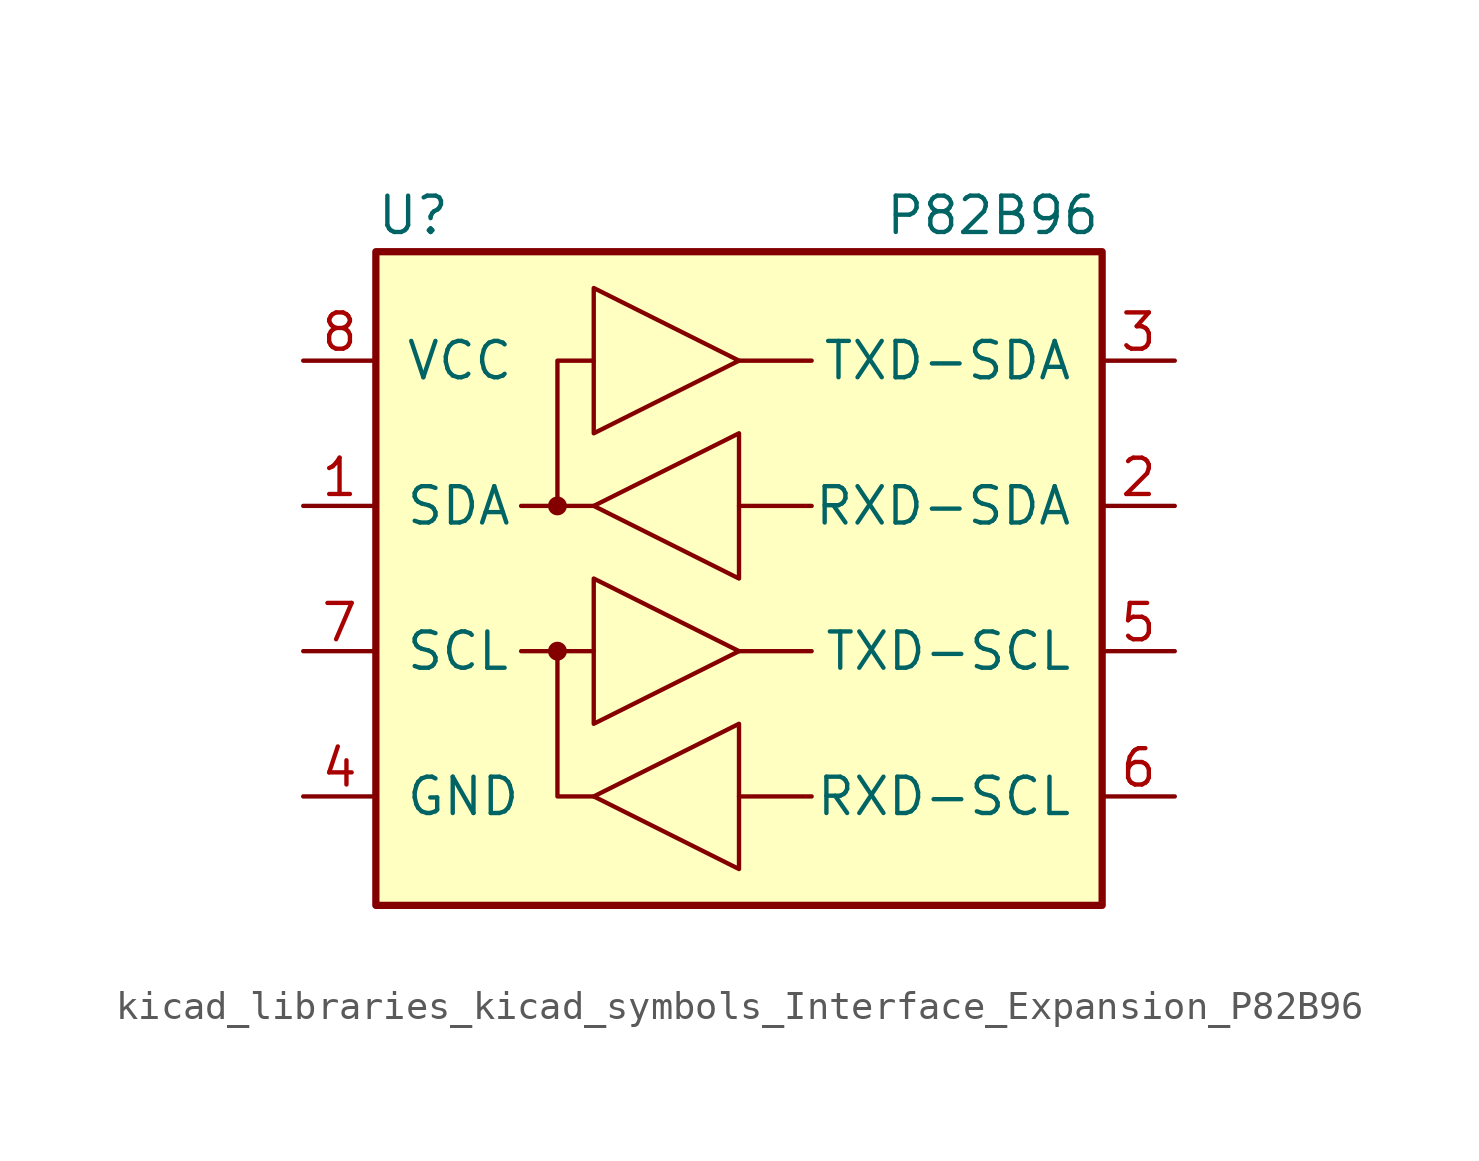
<source format=kicad_sym>
(kicad_symbol_lib
  (version 20220914)
  (generator kicad_symbol_editor)
  (symbol "kicad_libraries_kicad_symbols_Interface_Expansion_P82B96"
    (pin_names
      (offset 1.016))
    (property "Reference" "U"
      (at -12.7 12.7 0)
      (effects (font (size 1.27 1.27)) (justify left)))
    (property "Value" "P82B96"
      (at 5.08 12.7 0)
      (effects (font (size 1.27 1.27)) (justify left)))
    (symbol "kicad_libraries_kicad_symbols_Interface_Expansion_P82B96_0_1"
      (rectangle (start -12.7 11.43) (end 12.7 -11.43) (stroke (width 0.254) (type default)) (fill (type background)))
      (circle (center -6.35 -2.54) (radius 0.127) (stroke (width 0) (type default)) (fill (type none)))
      (circle (center -6.35 -2.54) (radius 0.254) (stroke (width 0) (type default)) (fill (type none)))
      (circle (center -6.35 2.54) (radius 0.127) (stroke (width 0) (type default)) (fill (type none)))
      (circle (center -6.35 2.54) (radius 0.254) (stroke (width 0) (type default)) (fill (type none)))
      (polyline (pts (xy -5.08 -2.54) (xy -7.62 -2.54)) (stroke (width 0) (type default)) (fill (type none)))
      (polyline (pts (xy 0 -7.62) (xy 2.54 -7.62)) (stroke (width 0) (type default)) (fill (type none)))
      (polyline (pts (xy 0 -2.54) (xy 2.54 -2.54)) (stroke (width 0) (type default)) (fill (type none)))
      (polyline (pts (xy -5.08 -7.62) (xy -6.35 -7.62) (xy -6.35 -2.54)) (stroke (width 0) (type default)) (fill (type none)))
      (polyline (pts (xy -5.08 2.54) (xy -7.62 2.54) (xy -7.62 2.54)) (stroke (width 0) (type default)) (fill (type none)))
      (polyline (pts (xy 0 7.62) (xy 2.54 7.62) (xy 2.54 7.62)) (stroke (width 0) (type default)) (fill (type none)))
      (polyline (pts (xy 2.54 2.54) (xy 0 2.54) (xy 0 2.54)) (stroke (width 0) (type default)) (fill (type none)))
      (polyline (pts (xy -6.35 2.54) (xy -6.35 7.62) (xy -5.08 7.62) (xy -5.08 7.62)) (stroke (width 0) (type default)) (fill (type none)))
      (polyline (pts (xy -5.08 0) (xy -5.08 -5.08) (xy 0 -2.54) (xy -5.08 0) (xy -5.08 0)) (stroke (width 0) (type default)) (fill (type none)))
      (polyline (pts (xy -5.08 10.16) (xy -5.08 5.08) (xy 0 7.62) (xy -5.08 10.16) (xy -5.08 10.16)) (stroke (width 0) (type default)) (fill (type none)))
      (polyline (pts (xy 0 -5.08) (xy -5.08 -7.62) (xy 0 -10.16) (xy 0 -5.08) (xy 0 -5.08)) (stroke (width 0) (type default)) (fill (type none)))
      (polyline (pts (xy 0 5.08) (xy -5.08 2.54) (xy 0 0) (xy 0 5.08) (xy 0 5.08)) (stroke (width 0) (type default)) (fill (type none))))
    (symbol "kicad_libraries_kicad_symbols_Interface_Expansion_P82B96_1_1"
      (pin bidirectional line (at -15.24 2.54 0) (length 2.54) (name "SDA" (effects (font (size 1.27 1.27)))) (number "1" (effects (font (size 1.27 1.27)))))
      (pin input line (at 15.24 2.54 180) (length 2.54) (name "RXD-SDA" (effects (font (size 1.27 1.27)))) (number "2" (effects (font (size 1.27 1.27)))))
      (pin output line (at 15.24 7.62 180) (length 2.54) (name "TXD-SDA" (effects (font (size 1.27 1.27)))) (number "3" (effects (font (size 1.27 1.27)))))
      (pin power_in line (at -15.24 -7.62 0) (length 2.54) (name "GND" (effects (font (size 1.27 1.27)))) (number "4" (effects (font (size 1.27 1.27)))))
      (pin output line (at 15.24 -2.54 180) (length 2.54) (name "TXD-SCL" (effects (font (size 1.27 1.27)))) (number "5" (effects (font (size 1.27 1.27)))))
      (pin input line (at 15.24 -7.62 180) (length 2.54) (name "RXD-SCL" (effects (font (size 1.27 1.27)))) (number "6" (effects (font (size 1.27 1.27)))))
      (pin bidirectional line (at -15.24 -2.54 0) (length 2.54) (name "SCL" (effects (font (size 1.27 1.27)))) (number "7" (effects (font (size 1.27 1.27)))))
      (pin power_in line (at -15.24 7.62 0) (length 2.54) (name "VCC" (effects (font (size 1.27 1.27)))) (number "8" (effects (font (size 1.27 1.27))))))))
</source>
